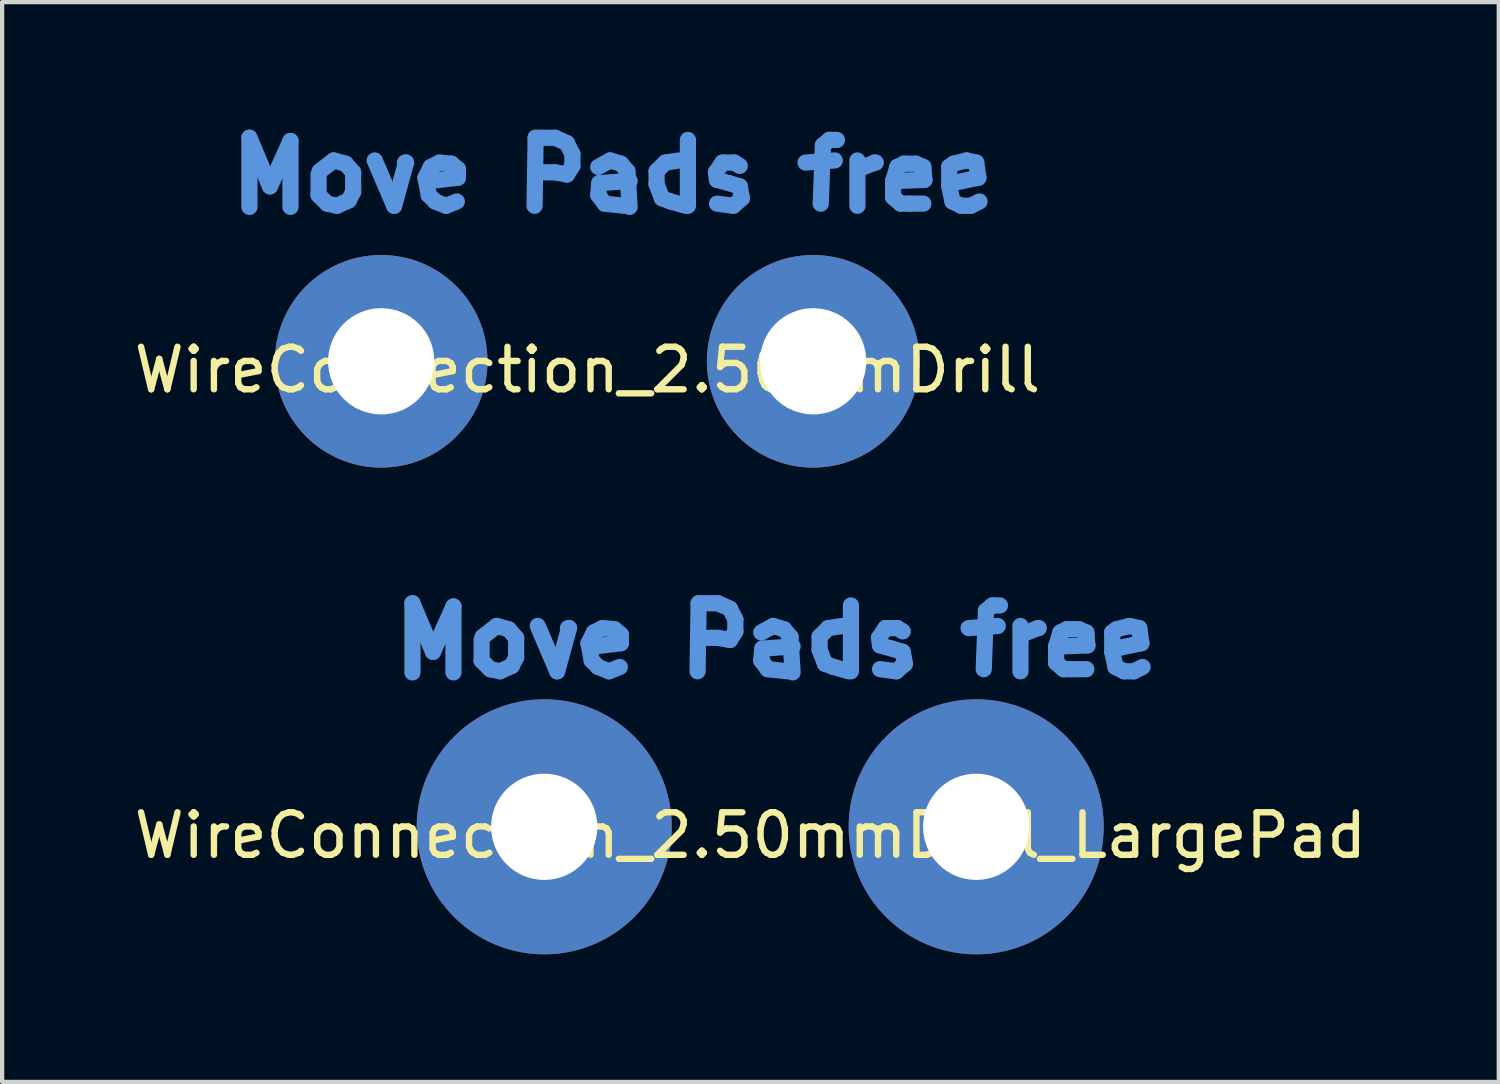
<source format=kicad_pcb>
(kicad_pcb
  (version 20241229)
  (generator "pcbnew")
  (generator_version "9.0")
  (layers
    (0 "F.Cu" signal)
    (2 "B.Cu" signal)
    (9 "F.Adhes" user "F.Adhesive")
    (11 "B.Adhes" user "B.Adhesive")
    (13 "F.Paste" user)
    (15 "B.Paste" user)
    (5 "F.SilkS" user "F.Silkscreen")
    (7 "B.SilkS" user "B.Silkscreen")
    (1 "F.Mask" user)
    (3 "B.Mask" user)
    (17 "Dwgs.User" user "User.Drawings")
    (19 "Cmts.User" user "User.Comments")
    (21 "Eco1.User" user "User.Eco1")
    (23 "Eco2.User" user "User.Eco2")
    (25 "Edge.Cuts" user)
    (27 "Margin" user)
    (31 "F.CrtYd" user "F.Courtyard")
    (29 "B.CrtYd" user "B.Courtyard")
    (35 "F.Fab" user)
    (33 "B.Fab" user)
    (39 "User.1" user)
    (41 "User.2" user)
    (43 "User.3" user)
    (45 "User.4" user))
  (footprint "WireConnection_2.50mmDrill_LargePad"
    (layer "F.Cu")
    (at 9.75 16.397)
    (property "Reference" "WireConnection_2.50mmDrill_LargePad" (at 4.851 0.203 0) (layer "F.SilkS") (effects (font (size 1 1) (thickness 0.15))))
    (attr through_hole)
    (fp_line (start -3.099 -5.258) (end -2.616 -4.115) (stroke (width 0.381) (type solid)) (layer "Cmts.User"))
    (fp_line (start -3.099 -3.632) (end -3.099 -5.258) (stroke (width 0.381) (type solid)) (layer "Cmts.User"))
    (fp_line (start -2.616 -4.115) (end -2.134 -5.182) (stroke (width 0.381) (type solid)) (layer "Cmts.User"))
    (fp_line (start -2.134 -5.182) (end -2.134 -3.632) (stroke (width 0.381) (type solid)) (layer "Cmts.User"))
    (fp_line (start -1.473 -4.394) (end -1.473 -3.912) (stroke (width 0.381) (type solid)) (layer "Cmts.User"))
    (fp_line (start -1.473 -3.912) (end -1.27 -3.708) (stroke (width 0.381) (type solid)) (layer "Cmts.User"))
    (fp_line (start -1.27 -3.708) (end -1.041 -3.658) (stroke (width 0.381) (type solid)) (layer "Cmts.User"))
    (fp_line (start -1.118 -4.724) (end -1.448 -4.47) (stroke (width 0.381) (type solid)) (layer "Cmts.User"))
    (fp_line (start -1.041 -3.658) (end -0.762 -3.785) (stroke (width 0.381) (type solid)) (layer "Cmts.User"))
    (fp_line (start -0.838 -4.648) (end -1.118 -4.724) (stroke (width 0.381) (type solid)) (layer "Cmts.User"))
    (fp_line (start -0.762 -3.785) (end -0.66 -3.988) (stroke (width 0.381) (type solid)) (layer "Cmts.User"))
    (fp_line (start -0.66 -4.445) (end -0.838 -4.648) (stroke (width 0.381) (type solid)) (layer "Cmts.User"))
    (fp_line (start -0.66 -3.988) (end -0.66 -4.445) (stroke (width 0.381) (type solid)) (layer "Cmts.User"))
    (fp_line (start -0.152 -4.724) (end 0.305 -3.658) (stroke (width 0.381) (type solid)) (layer "Cmts.User"))
    (fp_line (start 0.305 -3.658) (end 0.584 -4.674) (stroke (width 0.381) (type solid)) (layer "Cmts.User"))
    (fp_line (start 0.584 -4.674) (end 0.559 -4.674) (stroke (width 0.381) (type solid)) (layer "Cmts.User"))
    (fp_line (start 1.041 -4.318) (end 1.168 -4.572) (stroke (width 0.381) (type solid)) (layer "Cmts.User"))
    (fp_line (start 1.118 -3.912) (end 1.041 -4.318) (stroke (width 0.381) (type solid)) (layer "Cmts.User"))
    (fp_line (start 1.168 -4.572) (end 1.372 -4.674) (stroke (width 0.381) (type solid)) (layer "Cmts.User"))
    (fp_line (start 1.27 -3.759) (end 1.118 -3.912) (stroke (width 0.381) (type solid)) (layer "Cmts.User"))
    (fp_line (start 1.372 -4.674) (end 1.651 -4.648) (stroke (width 0.381) (type solid)) (layer "Cmts.User"))
    (fp_line (start 1.524 -3.658) (end 1.27 -3.759) (stroke (width 0.381) (type solid)) (layer "Cmts.User"))
    (fp_line (start 1.651 -4.648) (end 1.803 -4.521) (stroke (width 0.381) (type solid)) (layer "Cmts.User"))
    (fp_line (start 1.778 -3.759) (end 1.524 -3.658) (stroke (width 0.381) (type solid)) (layer "Cmts.User"))
    (fp_line (start 1.803 -4.521) (end 1.803 -4.318) (stroke (width 0.381) (type solid)) (layer "Cmts.User"))
    (fp_line (start 1.803 -4.318) (end 1.168 -4.242) (stroke (width 0.381) (type solid)) (layer "Cmts.User"))
    (fp_line (start 3.607 -3.658) (end 3.632 -5.258) (stroke (width 0.381) (type solid)) (layer "Cmts.User"))
    (fp_line (start 3.632 -5.258) (end 4.089 -5.258) (stroke (width 0.381) (type solid)) (layer "Cmts.User"))
    (fp_line (start 4.089 -5.258) (end 4.369 -5.131) (stroke (width 0.381) (type solid)) (layer "Cmts.User"))
    (fp_line (start 4.089 -4.445) (end 3.632 -4.445) (stroke (width 0.381) (type solid)) (layer "Cmts.User"))
    (fp_line (start 4.369 -5.131) (end 4.496 -4.877) (stroke (width 0.381) (type solid)) (layer "Cmts.User"))
    (fp_line (start 4.369 -4.394) (end 4.089 -4.445) (stroke (width 0.381) (type solid)) (layer "Cmts.User"))
    (fp_line (start 4.496 -4.877) (end 4.496 -4.597) (stroke (width 0.381) (type solid)) (layer "Cmts.User"))
    (fp_line (start 4.496 -4.597) (end 4.369 -4.394) (stroke (width 0.381) (type solid)) (layer "Cmts.User"))
    (fp_line (start 5.105 -4.572) (end 5.385 -4.724) (stroke (width 0.381) (type solid)) (layer "Cmts.User"))
    (fp_line (start 5.105 -3.912) (end 5.131 -4.191) (stroke (width 0.381) (type solid)) (layer "Cmts.User"))
    (fp_line (start 5.131 -4.191) (end 5.842 -4.242) (stroke (width 0.381) (type solid)) (layer "Cmts.User"))
    (fp_line (start 5.258 -3.708) (end 5.105 -3.912) (stroke (width 0.381) (type solid)) (layer "Cmts.User"))
    (fp_line (start 5.385 -4.724) (end 5.639 -4.648) (stroke (width 0.381) (type solid)) (layer "Cmts.User"))
    (fp_line (start 5.639 -4.648) (end 5.791 -4.47) (stroke (width 0.381) (type solid)) (layer "Cmts.User"))
    (fp_line (start 5.715 -3.658) (end 5.258 -3.708) (stroke (width 0.381) (type solid)) (layer "Cmts.User"))
    (fp_line (start 5.791 -4.47) (end 5.842 -3.632) (stroke (width 0.381) (type solid)) (layer "Cmts.User"))
    (fp_line (start 6.477 -4.47) (end 6.68 -4.674) (stroke (width 0.381) (type solid)) (layer "Cmts.User"))
    (fp_line (start 6.477 -4.166) (end 6.477 -4.47) (stroke (width 0.381) (type solid)) (layer "Cmts.User"))
    (fp_line (start 6.604 -3.835) (end 6.477 -4.166) (stroke (width 0.381) (type solid)) (layer "Cmts.User"))
    (fp_line (start 6.68 -4.674) (end 7.01 -4.724) (stroke (width 0.381) (type solid)) (layer "Cmts.User"))
    (fp_line (start 6.807 -3.759) (end 6.604 -3.835) (stroke (width 0.381) (type solid)) (layer "Cmts.User"))
    (fp_line (start 7.163 -3.658) (end 6.807 -3.759) (stroke (width 0.381) (type solid)) (layer "Cmts.User"))
    (fp_line (start 7.214 -5.207) (end 7.214 -3.658) (stroke (width 0.381) (type solid)) (layer "Cmts.User"))
    (fp_line (start 7.874 -4.445) (end 7.899 -4.267) (stroke (width 0.381) (type solid)) (layer "Cmts.User"))
    (fp_line (start 7.899 -4.267) (end 8.179 -4.191) (stroke (width 0.381) (type solid)) (layer "Cmts.User"))
    (fp_line (start 8.026 -4.674) (end 7.874 -4.445) (stroke (width 0.381) (type solid)) (layer "Cmts.User"))
    (fp_line (start 8.179 -4.191) (end 8.433 -4.115) (stroke (width 0.381) (type solid)) (layer "Cmts.User"))
    (fp_line (start 8.28 -3.658) (end 7.899 -3.708) (stroke (width 0.381) (type solid)) (layer "Cmts.User"))
    (fp_line (start 8.306 -4.674) (end 8.026 -4.674) (stroke (width 0.381) (type solid)) (layer "Cmts.User"))
    (fp_line (start 8.433 -4.597) (end 8.306 -4.674) (stroke (width 0.381) (type solid)) (layer "Cmts.User"))
    (fp_line (start 8.433 -4.115) (end 8.484 -3.835) (stroke (width 0.381) (type solid)) (layer "Cmts.User"))
    (fp_line (start 8.484 -3.835) (end 8.28 -3.658) (stroke (width 0.381) (type solid)) (layer "Cmts.User"))
    (fp_line (start 9.982 -4.674) (end 10.668 -4.724) (stroke (width 0.381) (type solid)) (layer "Cmts.User"))
    (fp_line (start 10.389 -5.08) (end 10.338 -3.708) (stroke (width 0.381) (type solid)) (layer "Cmts.User"))
    (fp_line (start 10.541 -5.207) (end 10.389 -5.08) (stroke (width 0.381) (type solid)) (layer "Cmts.User"))
    (fp_line (start 10.719 -5.207) (end 10.541 -5.207) (stroke (width 0.381) (type solid)) (layer "Cmts.User"))
    (fp_line (start 11.201 -4.724) (end 11.201 -3.658) (stroke (width 0.381) (type solid)) (layer "Cmts.User"))
    (fp_line (start 11.227 -4.521) (end 11.608 -4.674) (stroke (width 0.381) (type solid)) (layer "Cmts.User"))
    (fp_line (start 11.608 -4.674) (end 11.633 -4.674) (stroke (width 0.381) (type solid)) (layer "Cmts.User"))
    (fp_line (start 12.04 -4.242) (end 12.141 -4.572) (stroke (width 0.381) (type solid)) (layer "Cmts.User"))
    (fp_line (start 12.04 -3.861) (end 12.04 -4.242) (stroke (width 0.381) (type solid)) (layer "Cmts.User"))
    (fp_line (start 12.141 -4.572) (end 12.294 -4.648) (stroke (width 0.381) (type solid)) (layer "Cmts.User"))
    (fp_line (start 12.217 -3.708) (end 12.04 -3.861) (stroke (width 0.381) (type solid)) (layer "Cmts.User"))
    (fp_line (start 12.294 -4.648) (end 12.573 -4.648) (stroke (width 0.381) (type solid)) (layer "Cmts.User"))
    (fp_line (start 12.421 -3.708) (end 12.217 -3.708) (stroke (width 0.381) (type solid)) (layer "Cmts.User"))
    (fp_line (start 12.573 -4.648) (end 12.751 -4.572) (stroke (width 0.381) (type solid)) (layer "Cmts.User"))
    (fp_line (start 12.751 -4.572) (end 12.776 -4.267) (stroke (width 0.381) (type solid)) (layer "Cmts.User"))
    (fp_line (start 12.751 -3.708) (end 12.421 -3.708) (stroke (width 0.381) (type solid)) (layer "Cmts.User"))
    (fp_line (start 12.776 -4.267) (end 12.141 -4.242) (stroke (width 0.381) (type solid)) (layer "Cmts.User"))
    (fp_line (start 13.36 -4.572) (end 13.462 -4.648) (stroke (width 0.381) (type solid)) (layer "Cmts.User"))
    (fp_line (start 13.36 -4.115) (end 13.36 -4.572) (stroke (width 0.381) (type solid)) (layer "Cmts.User"))
    (fp_line (start 13.437 -4.191) (end 13.437 -4.242) (stroke (width 0.381) (type solid)) (layer "Cmts.User"))
    (fp_line (start 13.437 -3.759) (end 13.36 -4.115) (stroke (width 0.381) (type solid)) (layer "Cmts.User"))
    (fp_line (start 13.462 -4.648) (end 13.767 -4.724) (stroke (width 0.381) (type solid)) (layer "Cmts.User"))
    (fp_line (start 13.64 -3.658) (end 13.437 -3.759) (stroke (width 0.381) (type solid)) (layer "Cmts.User"))
    (fp_line (start 13.767 -4.724) (end 13.995 -4.674) (stroke (width 0.381) (type solid)) (layer "Cmts.User"))
    (fp_line (start 13.868 -3.658) (end 13.64 -3.658) (stroke (width 0.381) (type solid)) (layer "Cmts.User"))
    (fp_line (start 13.995 -4.674) (end 14.046 -4.318) (stroke (width 0.381) (type solid)) (layer "Cmts.User"))
    (fp_line (start 14.046 -4.318) (end 13.437 -4.191) (stroke (width 0.381) (type solid)) (layer "Cmts.User"))
    (fp_line (start 14.072 -3.759) (end 13.868 -3.658) (stroke (width 0.381) (type solid)) (layer "Cmts.User"))
    (pad "1" thru_hole circle (at 0 0) (size 5.999 5.999) (drill 2.499) (layers "*.Cu" "*.Mask"))
    (pad "2" thru_hole circle (at 10.16 0) (size 5.999 5.999) (drill 2.499) (layers "*.Cu" "*.Mask")))
  (footprint "WireConnection_2.50mmDrill"
    (layer "F.Cu")
    (at 5.916 5.448)
    (property "Reference" "WireConnection_2.50mmDrill" (at 4.851 0.203 0) (layer "F.SilkS") (effects (font (size 1 1) (thickness 0.15))))
    (attr through_hole)
    (fp_line (start -3.099 -5.258) (end -2.616 -4.115) (stroke (width 0.381) (type solid)) (layer "Cmts.User"))
    (fp_line (start -3.099 -3.632) (end -3.099 -5.258) (stroke (width 0.381) (type solid)) (layer "Cmts.User"))
    (fp_line (start -2.616 -4.115) (end -2.134 -5.182) (stroke (width 0.381) (type solid)) (layer "Cmts.User"))
    (fp_line (start -2.134 -5.182) (end -2.134 -3.632) (stroke (width 0.381) (type solid)) (layer "Cmts.User"))
    (fp_line (start -1.473 -4.394) (end -1.473 -3.912) (stroke (width 0.381) (type solid)) (layer "Cmts.User"))
    (fp_line (start -1.473 -3.912) (end -1.27 -3.708) (stroke (width 0.381) (type solid)) (layer "Cmts.User"))
    (fp_line (start -1.27 -3.708) (end -1.041 -3.658) (stroke (width 0.381) (type solid)) (layer "Cmts.User"))
    (fp_line (start -1.118 -4.724) (end -1.448 -4.47) (stroke (width 0.381) (type solid)) (layer "Cmts.User"))
    (fp_line (start -1.041 -3.658) (end -0.762 -3.785) (stroke (width 0.381) (type solid)) (layer "Cmts.User"))
    (fp_line (start -0.838 -4.648) (end -1.118 -4.724) (stroke (width 0.381) (type solid)) (layer "Cmts.User"))
    (fp_line (start -0.762 -3.785) (end -0.66 -3.988) (stroke (width 0.381) (type solid)) (layer "Cmts.User"))
    (fp_line (start -0.66 -4.445) (end -0.838 -4.648) (stroke (width 0.381) (type solid)) (layer "Cmts.User"))
    (fp_line (start -0.66 -3.988) (end -0.66 -4.445) (stroke (width 0.381) (type solid)) (layer "Cmts.User"))
    (fp_line (start -0.152 -4.724) (end 0.305 -3.658) (stroke (width 0.381) (type solid)) (layer "Cmts.User"))
    (fp_line (start 0.305 -3.658) (end 0.584 -4.674) (stroke (width 0.381) (type solid)) (layer "Cmts.User"))
    (fp_line (start 0.584 -4.674) (end 0.559 -4.674) (stroke (width 0.381) (type solid)) (layer "Cmts.User"))
    (fp_line (start 1.041 -4.318) (end 1.168 -4.572) (stroke (width 0.381) (type solid)) (layer "Cmts.User"))
    (fp_line (start 1.118 -3.912) (end 1.041 -4.318) (stroke (width 0.381) (type solid)) (layer "Cmts.User"))
    (fp_line (start 1.168 -4.572) (end 1.372 -4.674) (stroke (width 0.381) (type solid)) (layer "Cmts.User"))
    (fp_line (start 1.27 -3.759) (end 1.118 -3.912) (stroke (width 0.381) (type solid)) (layer "Cmts.User"))
    (fp_line (start 1.372 -4.674) (end 1.651 -4.648) (stroke (width 0.381) (type solid)) (layer "Cmts.User"))
    (fp_line (start 1.524 -3.658) (end 1.27 -3.759) (stroke (width 0.381) (type solid)) (layer "Cmts.User"))
    (fp_line (start 1.651 -4.648) (end 1.803 -4.521) (stroke (width 0.381) (type solid)) (layer "Cmts.User"))
    (fp_line (start 1.778 -3.759) (end 1.524 -3.658) (stroke (width 0.381) (type solid)) (layer "Cmts.User"))
    (fp_line (start 1.803 -4.521) (end 1.803 -4.318) (stroke (width 0.381) (type solid)) (layer "Cmts.User"))
    (fp_line (start 1.803 -4.318) (end 1.168 -4.242) (stroke (width 0.381) (type solid)) (layer "Cmts.User"))
    (fp_line (start 3.607 -3.658) (end 3.632 -5.258) (stroke (width 0.381) (type solid)) (layer "Cmts.User"))
    (fp_line (start 3.632 -5.258) (end 4.089 -5.258) (stroke (width 0.381) (type solid)) (layer "Cmts.User"))
    (fp_line (start 4.089 -5.258) (end 4.369 -5.131) (stroke (width 0.381) (type solid)) (layer "Cmts.User"))
    (fp_line (start 4.089 -4.445) (end 3.632 -4.445) (stroke (width 0.381) (type solid)) (layer "Cmts.User"))
    (fp_line (start 4.369 -5.131) (end 4.496 -4.877) (stroke (width 0.381) (type solid)) (layer "Cmts.User"))
    (fp_line (start 4.369 -4.394) (end 4.089 -4.445) (stroke (width 0.381) (type solid)) (layer "Cmts.User"))
    (fp_line (start 4.496 -4.877) (end 4.496 -4.597) (stroke (width 0.381) (type solid)) (layer "Cmts.User"))
    (fp_line (start 4.496 -4.597) (end 4.369 -4.394) (stroke (width 0.381) (type solid)) (layer "Cmts.User"))
    (fp_line (start 5.105 -4.572) (end 5.385 -4.724) (stroke (width 0.381) (type solid)) (layer "Cmts.User"))
    (fp_line (start 5.105 -3.912) (end 5.131 -4.191) (stroke (width 0.381) (type solid)) (layer "Cmts.User"))
    (fp_line (start 5.131 -4.191) (end 5.842 -4.242) (stroke (width 0.381) (type solid)) (layer "Cmts.User"))
    (fp_line (start 5.258 -3.708) (end 5.105 -3.912) (stroke (width 0.381) (type solid)) (layer "Cmts.User"))
    (fp_line (start 5.385 -4.724) (end 5.639 -4.648) (stroke (width 0.381) (type solid)) (layer "Cmts.User"))
    (fp_line (start 5.639 -4.648) (end 5.791 -4.47) (stroke (width 0.381) (type solid)) (layer "Cmts.User"))
    (fp_line (start 5.715 -3.658) (end 5.258 -3.708) (stroke (width 0.381) (type solid)) (layer "Cmts.User"))
    (fp_line (start 5.791 -4.47) (end 5.842 -3.632) (stroke (width 0.381) (type solid)) (layer "Cmts.User"))
    (fp_line (start 6.477 -4.47) (end 6.68 -4.674) (stroke (width 0.381) (type solid)) (layer "Cmts.User"))
    (fp_line (start 6.477 -4.166) (end 6.477 -4.47) (stroke (width 0.381) (type solid)) (layer "Cmts.User"))
    (fp_line (start 6.604 -3.835) (end 6.477 -4.166) (stroke (width 0.381) (type solid)) (layer "Cmts.User"))
    (fp_line (start 6.68 -4.674) (end 7.01 -4.724) (stroke (width 0.381) (type solid)) (layer "Cmts.User"))
    (fp_line (start 6.807 -3.759) (end 6.604 -3.835) (stroke (width 0.381) (type solid)) (layer "Cmts.User"))
    (fp_line (start 7.163 -3.658) (end 6.807 -3.759) (stroke (width 0.381) (type solid)) (layer "Cmts.User"))
    (fp_line (start 7.214 -5.207) (end 7.214 -3.658) (stroke (width 0.381) (type solid)) (layer "Cmts.User"))
    (fp_line (start 7.874 -4.445) (end 7.899 -4.267) (stroke (width 0.381) (type solid)) (layer "Cmts.User"))
    (fp_line (start 7.899 -4.267) (end 8.179 -4.191) (stroke (width 0.381) (type solid)) (layer "Cmts.User"))
    (fp_line (start 8.026 -4.674) (end 7.874 -4.445) (stroke (width 0.381) (type solid)) (layer "Cmts.User"))
    (fp_line (start 8.179 -4.191) (end 8.433 -4.115) (stroke (width 0.381) (type solid)) (layer "Cmts.User"))
    (fp_line (start 8.28 -3.658) (end 7.899 -3.708) (stroke (width 0.381) (type solid)) (layer "Cmts.User"))
    (fp_line (start 8.306 -4.674) (end 8.026 -4.674) (stroke (width 0.381) (type solid)) (layer "Cmts.User"))
    (fp_line (start 8.433 -4.597) (end 8.306 -4.674) (stroke (width 0.381) (type solid)) (layer "Cmts.User"))
    (fp_line (start 8.433 -4.115) (end 8.484 -3.835) (stroke (width 0.381) (type solid)) (layer "Cmts.User"))
    (fp_line (start 8.484 -3.835) (end 8.28 -3.658) (stroke (width 0.381) (type solid)) (layer "Cmts.User"))
    (fp_line (start 9.982 -4.674) (end 10.668 -4.724) (stroke (width 0.381) (type solid)) (layer "Cmts.User"))
    (fp_line (start 10.389 -5.08) (end 10.338 -3.708) (stroke (width 0.381) (type solid)) (layer "Cmts.User"))
    (fp_line (start 10.541 -5.207) (end 10.389 -5.08) (stroke (width 0.381) (type solid)) (layer "Cmts.User"))
    (fp_line (start 10.719 -5.207) (end 10.541 -5.207) (stroke (width 0.381) (type solid)) (layer "Cmts.User"))
    (fp_line (start 11.201 -4.724) (end 11.201 -3.658) (stroke (width 0.381) (type solid)) (layer "Cmts.User"))
    (fp_line (start 11.227 -4.521) (end 11.608 -4.674) (stroke (width 0.381) (type solid)) (layer "Cmts.User"))
    (fp_line (start 11.608 -4.674) (end 11.633 -4.674) (stroke (width 0.381) (type solid)) (layer "Cmts.User"))
    (fp_line (start 12.04 -4.242) (end 12.141 -4.572) (stroke (width 0.381) (type solid)) (layer "Cmts.User"))
    (fp_line (start 12.04 -3.861) (end 12.04 -4.242) (stroke (width 0.381) (type solid)) (layer "Cmts.User"))
    (fp_line (start 12.141 -4.572) (end 12.294 -4.648) (stroke (width 0.381) (type solid)) (layer "Cmts.User"))
    (fp_line (start 12.217 -3.708) (end 12.04 -3.861) (stroke (width 0.381) (type solid)) (layer "Cmts.User"))
    (fp_line (start 12.294 -4.648) (end 12.573 -4.648) (stroke (width 0.381) (type solid)) (layer "Cmts.User"))
    (fp_line (start 12.421 -3.708) (end 12.217 -3.708) (stroke (width 0.381) (type solid)) (layer "Cmts.User"))
    (fp_line (start 12.573 -4.648) (end 12.751 -4.572) (stroke (width 0.381) (type solid)) (layer "Cmts.User"))
    (fp_line (start 12.751 -4.572) (end 12.776 -4.267) (stroke (width 0.381) (type solid)) (layer "Cmts.User"))
    (fp_line (start 12.751 -3.708) (end 12.421 -3.708) (stroke (width 0.381) (type solid)) (layer "Cmts.User"))
    (fp_line (start 12.776 -4.267) (end 12.141 -4.242) (stroke (width 0.381) (type solid)) (layer "Cmts.User"))
    (fp_line (start 13.36 -4.572) (end 13.462 -4.648) (stroke (width 0.381) (type solid)) (layer "Cmts.User"))
    (fp_line (start 13.36 -4.115) (end 13.36 -4.572) (stroke (width 0.381) (type solid)) (layer "Cmts.User"))
    (fp_line (start 13.437 -4.191) (end 13.437 -4.242) (stroke (width 0.381) (type solid)) (layer "Cmts.User"))
    (fp_line (start 13.437 -3.759) (end 13.36 -4.115) (stroke (width 0.381) (type solid)) (layer "Cmts.User"))
    (fp_line (start 13.462 -4.648) (end 13.767 -4.724) (stroke (width 0.381) (type solid)) (layer "Cmts.User"))
    (fp_line (start 13.64 -3.658) (end 13.437 -3.759) (stroke (width 0.381) (type solid)) (layer "Cmts.User"))
    (fp_line (start 13.767 -4.724) (end 13.995 -4.674) (stroke (width 0.381) (type solid)) (layer "Cmts.User"))
    (fp_line (start 13.868 -3.658) (end 13.64 -3.658) (stroke (width 0.381) (type solid)) (layer "Cmts.User"))
    (fp_line (start 13.995 -4.674) (end 14.046 -4.318) (stroke (width 0.381) (type solid)) (layer "Cmts.User"))
    (fp_line (start 14.046 -4.318) (end 13.437 -4.191) (stroke (width 0.381) (type solid)) (layer "Cmts.User"))
    (fp_line (start 14.072 -3.759) (end 13.868 -3.658) (stroke (width 0.381) (type solid)) (layer "Cmts.User"))
    (pad "1" thru_hole circle (at 0 0) (size 5.001 5.001) (drill 2.499) (layers "*.Cu" "*.Mask"))
    (pad "2" thru_hole circle (at 10.16 0) (size 5.001 5.001) (drill 2.499) (layers "*.Cu" "*.Mask")))
  (gr_rect
    (start -3 -3)
    (end 32.202 22.397)
    (stroke (width 0.1) (type default))
    (fill no)
    (layer "Edge.Cuts")))
</source>
